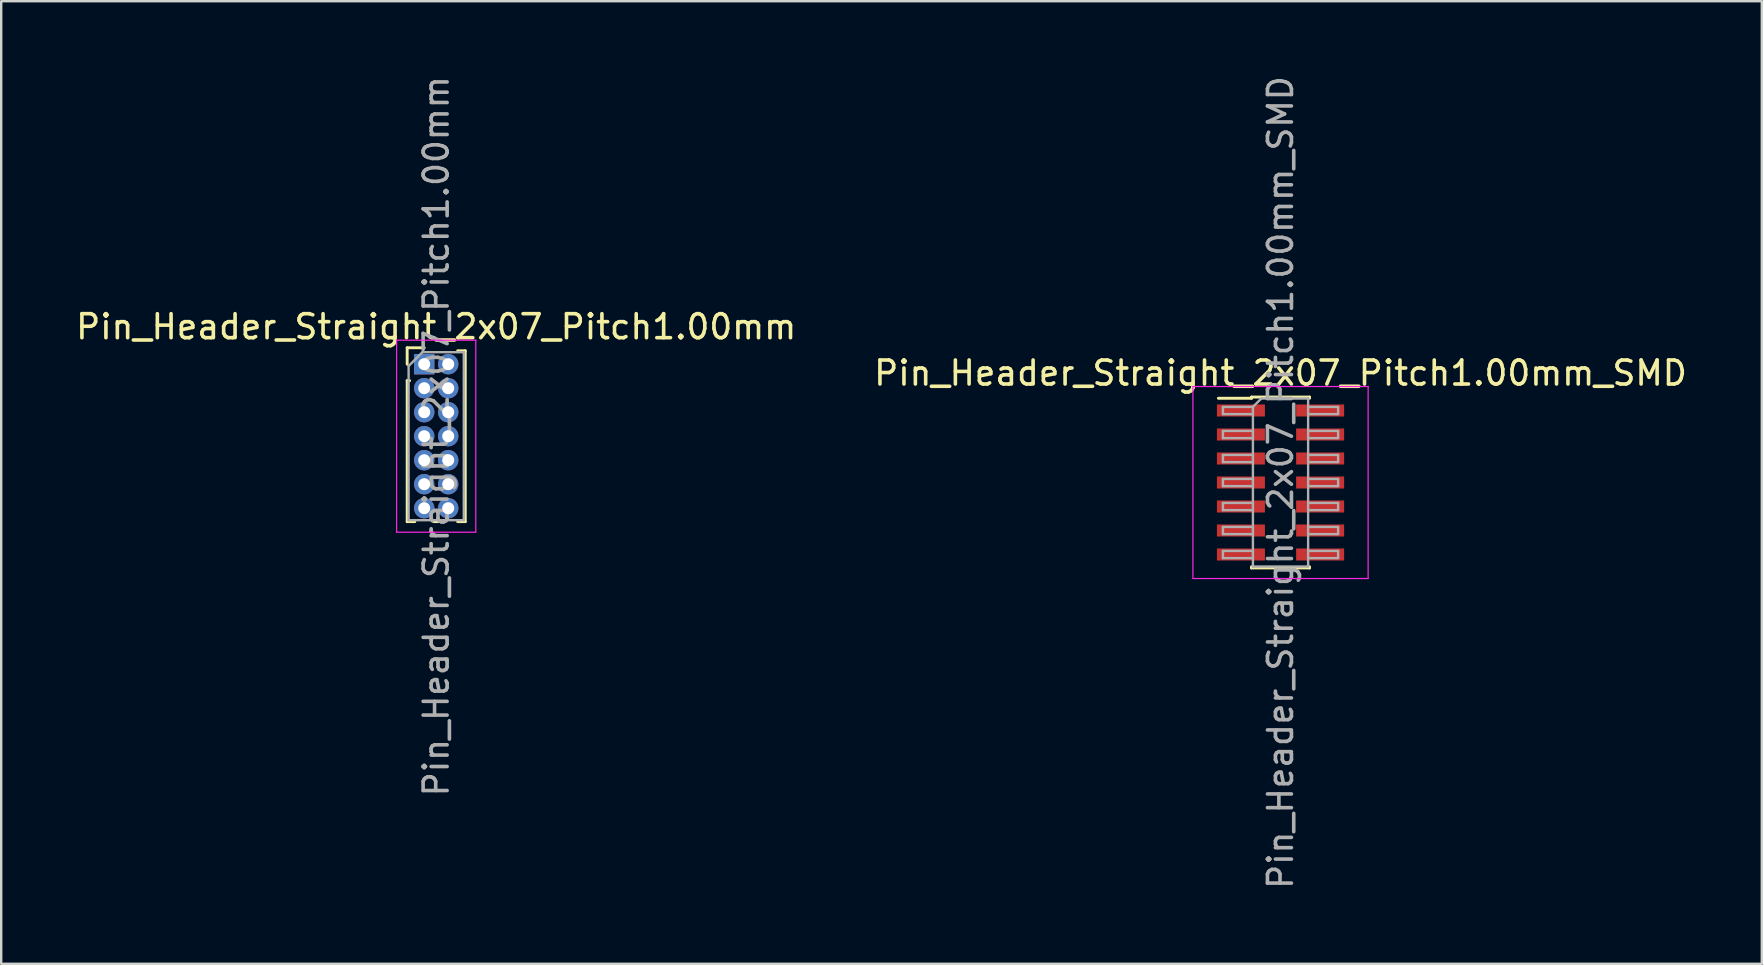
<source format=kicad_pcb>
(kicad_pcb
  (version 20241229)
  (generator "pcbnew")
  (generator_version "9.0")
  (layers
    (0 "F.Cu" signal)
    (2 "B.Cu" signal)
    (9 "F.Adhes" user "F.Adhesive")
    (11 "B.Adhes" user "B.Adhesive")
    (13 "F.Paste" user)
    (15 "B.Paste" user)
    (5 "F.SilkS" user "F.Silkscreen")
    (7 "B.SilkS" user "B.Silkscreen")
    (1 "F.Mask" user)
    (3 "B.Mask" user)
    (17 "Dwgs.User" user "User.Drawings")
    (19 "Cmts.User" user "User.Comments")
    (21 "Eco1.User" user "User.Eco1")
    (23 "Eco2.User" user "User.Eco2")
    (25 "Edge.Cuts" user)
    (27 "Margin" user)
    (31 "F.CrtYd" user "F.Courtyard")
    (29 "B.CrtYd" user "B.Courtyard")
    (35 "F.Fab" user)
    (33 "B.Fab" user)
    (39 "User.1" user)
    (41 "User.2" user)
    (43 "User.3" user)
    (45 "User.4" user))
  (footprint "Pin_Header_Straight_2x07_Pitch1.00mm"
    (layer "F.Cu")
    (at 14.625 12.125)
    (property "Reference" "Pin_Header_Straight_2x07_Pitch1.00mm" (at 0.5 -1.56 0) (layer "F.SilkS") (effects (font (size 1 1) (thickness 0.15))))
    (attr through_hole)
    (fp_line (start -0.71 -0.685) (end 0 -0.685) (stroke (width 0.12) (type solid)) (layer "F.SilkS"))
    (fp_line (start -0.71 0) (end -0.71 -0.685) (stroke (width 0.12) (type solid)) (layer "F.SilkS"))
    (fp_line (start -0.71 0.685) (end -0.71 6.56) (stroke (width 0.12) (type solid)) (layer "F.SilkS"))
    (fp_line (start -0.71 0.685) (end -0.608 0.685) (stroke (width 0.12) (type solid)) (layer "F.SilkS"))
    (fp_line (start -0.71 6.56) (end -0.394 6.56) (stroke (width 0.12) (type solid)) (layer "F.SilkS"))
    (fp_line (start 0.394 6.56) (end 0.606 6.56) (stroke (width 0.12) (type solid)) (layer "F.SilkS"))
    (fp_line (start 1.394 -0.56) (end 1.71 -0.56) (stroke (width 0.12) (type solid)) (layer "F.SilkS"))
    (fp_line (start 1.394 6.56) (end 1.71 6.56) (stroke (width 0.12) (type solid)) (layer "F.SilkS"))
    (fp_line (start 1.71 -0.56) (end 1.71 6.56) (stroke (width 0.12) (type solid)) (layer "F.SilkS"))
    (fp_line (start -1.15 -1) (end -1.15 7) (stroke (width 0.05) (type solid)) (layer "F.CrtYd"))
    (fp_line (start -1.15 7) (end 2.15 7) (stroke (width 0.05) (type solid)) (layer "F.CrtYd"))
    (fp_line (start 2.15 -1) (end -1.15 -1) (stroke (width 0.05) (type solid)) (layer "F.CrtYd"))
    (fp_line (start 2.15 7) (end 2.15 -1) (stroke (width 0.05) (type solid)) (layer "F.CrtYd"))
    (fp_line (start -0.65 0.075) (end -0.075 -0.5) (stroke (width 0.1) (type solid)) (layer "F.Fab"))
    (fp_line (start -0.65 6.5) (end -0.65 0.075) (stroke (width 0.1) (type solid)) (layer "F.Fab"))
    (fp_line (start -0.075 -0.5) (end 1.65 -0.5) (stroke (width 0.1) (type solid)) (layer "F.Fab"))
    (fp_line (start 1.65 -0.5) (end 1.65 6.5) (stroke (width 0.1) (type solid)) (layer "F.Fab"))
    (fp_line (start 1.65 6.5) (end -0.65 6.5) (stroke (width 0.1) (type solid)) (layer "F.Fab"))
    (fp_text user "${REFERENCE}" (at 0.5 3 90) (layer "F.Fab") (effects (font (size 1 1) (thickness 0.15))))
    (pad "1" thru_hole rect (at 0 0) (size 0.85 0.85) (drill 0.5) (layers "*.Cu" "*.Mask"))
    (pad "2" thru_hole oval (at 1 0) (size 0.85 0.85) (drill 0.5) (layers "*.Cu" "*.Mask"))
    (pad "3" thru_hole oval (at 0 1) (size 0.85 0.85) (drill 0.5) (layers "*.Cu" "*.Mask"))
    (pad "4" thru_hole oval (at 1 1) (size 0.85 0.85) (drill 0.5) (layers "*.Cu" "*.Mask"))
    (pad "5" thru_hole oval (at 0 2) (size 0.85 0.85) (drill 0.5) (layers "*.Cu" "*.Mask"))
    (pad "6" thru_hole oval (at 1 2) (size 0.85 0.85) (drill 0.5) (layers "*.Cu" "*.Mask"))
    (pad "7" thru_hole oval (at 0 3) (size 0.85 0.85) (drill 0.5) (layers "*.Cu" "*.Mask"))
    (pad "8" thru_hole oval (at 1 3) (size 0.85 0.85) (drill 0.5) (layers "*.Cu" "*.Mask"))
    (pad "9" thru_hole oval (at 0 4) (size 0.85 0.85) (drill 0.5) (layers "*.Cu" "*.Mask"))
    (pad "10" thru_hole oval (at 1 4) (size 0.85 0.85) (drill 0.5) (layers "*.Cu" "*.Mask"))
    (pad "11" thru_hole oval (at 0 5) (size 0.85 0.85) (drill 0.5) (layers "*.Cu" "*.Mask"))
    (pad "12" thru_hole oval (at 1 5) (size 0.85 0.85) (drill 0.5) (layers "*.Cu" "*.Mask"))
    (pad "13" thru_hole oval (at 0 6) (size 0.85 0.85) (drill 0.5) (layers "*.Cu" "*.Mask"))
    (pad "14" thru_hole oval (at 1 6) (size 0.85 0.85) (drill 0.5) (layers "*.Cu" "*.Mask")))
  (footprint "Pin_Header_Straight_2x07_Pitch1.00mm_SMD"
    (layer "F.Cu")
    (at 50.304 17.054)
    (property "Reference" "Pin_Header_Straight_2x07_Pitch1.00mm_SMD" (at 0 -4.56 0) (layer "F.SilkS") (effects (font (size 1 1) (thickness 0.15))))
    (attr smd)
    (fp_line (start -2.59 -3.51) (end -1.21 -3.51) (stroke (width 0.12) (type solid)) (layer "F.SilkS"))
    (fp_line (start -1.21 -3.56) (end -1.21 -3.51) (stroke (width 0.12) (type solid)) (layer "F.SilkS"))
    (fp_line (start -1.21 -3.56) (end 1.21 -3.56) (stroke (width 0.12) (type solid)) (layer "F.SilkS"))
    (fp_line (start -1.21 3.51) (end -1.21 3.56) (stroke (width 0.12) (type solid)) (layer "F.SilkS"))
    (fp_line (start -1.21 3.56) (end 1.21 3.56) (stroke (width 0.12) (type solid)) (layer "F.SilkS"))
    (fp_line (start 1.21 -3.56) (end 1.21 -3.51) (stroke (width 0.12) (type solid)) (layer "F.SilkS"))
    (fp_line (start 1.21 3.51) (end 1.21 3.56) (stroke (width 0.12) (type solid)) (layer "F.SilkS"))
    (fp_line (start -3.65 -4) (end -3.65 4) (stroke (width 0.05) (type solid)) (layer "F.CrtYd"))
    (fp_line (start -3.65 4) (end 3.65 4) (stroke (width 0.05) (type solid)) (layer "F.CrtYd"))
    (fp_line (start 3.65 -4) (end -3.65 -4) (stroke (width 0.05) (type solid)) (layer "F.CrtYd"))
    (fp_line (start 3.65 4) (end 3.65 -4) (stroke (width 0.05) (type solid)) (layer "F.CrtYd"))
    (fp_line (start -2.4 -3.15) (end -2.4 -2.85) (stroke (width 0.1) (type solid)) (layer "F.Fab"))
    (fp_line (start -2.4 -2.85) (end -1.15 -2.85) (stroke (width 0.1) (type solid)) (layer "F.Fab"))
    (fp_line (start -2.4 -2.15) (end -2.4 -1.85) (stroke (width 0.1) (type solid)) (layer "F.Fab"))
    (fp_line (start -2.4 -1.85) (end -1.15 -1.85) (stroke (width 0.1) (type solid)) (layer "F.Fab"))
    (fp_line (start -2.4 -1.15) (end -2.4 -0.85) (stroke (width 0.1) (type solid)) (layer "F.Fab"))
    (fp_line (start -2.4 -0.85) (end -1.15 -0.85) (stroke (width 0.1) (type solid)) (layer "F.Fab"))
    (fp_line (start -2.4 -0.15) (end -2.4 0.15) (stroke (width 0.1) (type solid)) (layer "F.Fab"))
    (fp_line (start -2.4 0.15) (end -1.15 0.15) (stroke (width 0.1) (type solid)) (layer "F.Fab"))
    (fp_line (start -2.4 0.85) (end -2.4 1.15) (stroke (width 0.1) (type solid)) (layer "F.Fab"))
    (fp_line (start -2.4 1.15) (end -1.15 1.15) (stroke (width 0.1) (type solid)) (layer "F.Fab"))
    (fp_line (start -2.4 1.85) (end -2.4 2.15) (stroke (width 0.1) (type solid)) (layer "F.Fab"))
    (fp_line (start -2.4 2.15) (end -1.15 2.15) (stroke (width 0.1) (type solid)) (layer "F.Fab"))
    (fp_line (start -2.4 2.85) (end -2.4 3.15) (stroke (width 0.1) (type solid)) (layer "F.Fab"))
    (fp_line (start -2.4 3.15) (end -1.15 3.15) (stroke (width 0.1) (type solid)) (layer "F.Fab"))
    (fp_line (start -1.15 -3.15) (end -2.4 -3.15) (stroke (width 0.1) (type solid)) (layer "F.Fab"))
    (fp_line (start -1.15 -3.15) (end -0.8 -3.5) (stroke (width 0.1) (type solid)) (layer "F.Fab"))
    (fp_line (start -1.15 -2.15) (end -2.4 -2.15) (stroke (width 0.1) (type solid)) (layer "F.Fab"))
    (fp_line (start -1.15 -1.15) (end -2.4 -1.15) (stroke (width 0.1) (type solid)) (layer "F.Fab"))
    (fp_line (start -1.15 -0.15) (end -2.4 -0.15) (stroke (width 0.1) (type solid)) (layer "F.Fab"))
    (fp_line (start -1.15 0.85) (end -2.4 0.85) (stroke (width 0.1) (type solid)) (layer "F.Fab"))
    (fp_line (start -1.15 1.85) (end -2.4 1.85) (stroke (width 0.1) (type solid)) (layer "F.Fab"))
    (fp_line (start -1.15 2.85) (end -2.4 2.85) (stroke (width 0.1) (type solid)) (layer "F.Fab"))
    (fp_line (start -1.15 3.5) (end -1.15 -3.15) (stroke (width 0.1) (type solid)) (layer "F.Fab"))
    (fp_line (start -0.8 -3.5) (end 1.15 -3.5) (stroke (width 0.1) (type solid)) (layer "F.Fab"))
    (fp_line (start 1.15 -3.5) (end 1.15 3.5) (stroke (width 0.1) (type solid)) (layer "F.Fab"))
    (fp_line (start 1.15 -3.15) (end 2.4 -3.15) (stroke (width 0.1) (type solid)) (layer "F.Fab"))
    (fp_line (start 1.15 -2.15) (end 2.4 -2.15) (stroke (width 0.1) (type solid)) (layer "F.Fab"))
    (fp_line (start 1.15 -1.15) (end 2.4 -1.15) (stroke (width 0.1) (type solid)) (layer "F.Fab"))
    (fp_line (start 1.15 -0.15) (end 2.4 -0.15) (stroke (width 0.1) (type solid)) (layer "F.Fab"))
    (fp_line (start 1.15 0.85) (end 2.4 0.85) (stroke (width 0.1) (type solid)) (layer "F.Fab"))
    (fp_line (start 1.15 1.85) (end 2.4 1.85) (stroke (width 0.1) (type solid)) (layer "F.Fab"))
    (fp_line (start 1.15 2.85) (end 2.4 2.85) (stroke (width 0.1) (type solid)) (layer "F.Fab"))
    (fp_line (start 1.15 3.5) (end -1.15 3.5) (stroke (width 0.1) (type solid)) (layer "F.Fab"))
    (fp_line (start 2.4 -3.15) (end 2.4 -2.85) (stroke (width 0.1) (type solid)) (layer "F.Fab"))
    (fp_line (start 2.4 -2.85) (end 1.15 -2.85) (stroke (width 0.1) (type solid)) (layer "F.Fab"))
    (fp_line (start 2.4 -2.15) (end 2.4 -1.85) (stroke (width 0.1) (type solid)) (layer "F.Fab"))
    (fp_line (start 2.4 -1.85) (end 1.15 -1.85) (stroke (width 0.1) (type solid)) (layer "F.Fab"))
    (fp_line (start 2.4 -1.15) (end 2.4 -0.85) (stroke (width 0.1) (type solid)) (layer "F.Fab"))
    (fp_line (start 2.4 -0.85) (end 1.15 -0.85) (stroke (width 0.1) (type solid)) (layer "F.Fab"))
    (fp_line (start 2.4 -0.15) (end 2.4 0.15) (stroke (width 0.1) (type solid)) (layer "F.Fab"))
    (fp_line (start 2.4 0.15) (end 1.15 0.15) (stroke (width 0.1) (type solid)) (layer "F.Fab"))
    (fp_line (start 2.4 0.85) (end 2.4 1.15) (stroke (width 0.1) (type solid)) (layer "F.Fab"))
    (fp_line (start 2.4 1.15) (end 1.15 1.15) (stroke (width 0.1) (type solid)) (layer "F.Fab"))
    (fp_line (start 2.4 1.85) (end 2.4 2.15) (stroke (width 0.1) (type solid)) (layer "F.Fab"))
    (fp_line (start 2.4 2.15) (end 1.15 2.15) (stroke (width 0.1) (type solid)) (layer "F.Fab"))
    (fp_line (start 2.4 2.85) (end 2.4 3.15) (stroke (width 0.1) (type solid)) (layer "F.Fab"))
    (fp_line (start 2.4 3.15) (end 1.15 3.15) (stroke (width 0.1) (type solid)) (layer "F.Fab"))
    (fp_text user "${REFERENCE}" (at 0 0 90) (layer "F.Fab") (effects (font (size 1 1) (thickness 0.15))))
    (pad "1" smd rect (at -1.65 -3) (size 2 0.5) (layers "F.Cu" "F.Mask" "F.Paste"))
    (pad "2" smd rect (at 1.65 -3) (size 2 0.5) (layers "F.Cu" "F.Mask" "F.Paste"))
    (pad "3" smd rect (at -1.65 -2) (size 2 0.5) (layers "F.Cu" "F.Mask" "F.Paste"))
    (pad "4" smd rect (at 1.65 -2) (size 2 0.5) (layers "F.Cu" "F.Mask" "F.Paste"))
    (pad "5" smd rect (at -1.65 -1) (size 2 0.5) (layers "F.Cu" "F.Mask" "F.Paste"))
    (pad "6" smd rect (at 1.65 -1) (size 2 0.5) (layers "F.Cu" "F.Mask" "F.Paste"))
    (pad "7" smd rect (at -1.65 0) (size 2 0.5) (layers "F.Cu" "F.Mask" "F.Paste"))
    (pad "8" smd rect (at 1.65 0) (size 2 0.5) (layers "F.Cu" "F.Mask" "F.Paste"))
    (pad "9" smd rect (at -1.65 1) (size 2 0.5) (layers "F.Cu" "F.Mask" "F.Paste"))
    (pad "10" smd rect (at 1.65 1) (size 2 0.5) (layers "F.Cu" "F.Mask" "F.Paste"))
    (pad "11" smd rect (at -1.65 2) (size 2 0.5) (layers "F.Cu" "F.Mask" "F.Paste"))
    (pad "12" smd rect (at 1.65 2) (size 2 0.5) (layers "F.Cu" "F.Mask" "F.Paste"))
    (pad "13" smd rect (at -1.65 3) (size 2 0.5) (layers "F.Cu" "F.Mask" "F.Paste"))
    (pad "14" smd rect (at 1.65 3) (size 2 0.5) (layers "F.Cu" "F.Mask" "F.Paste")))
  (gr_rect
    (start -3 -3)
    (end 70.357 37.107)
    (stroke (width 0.1) (type default))
    (fill no)
    (layer "Edge.Cuts")))
</source>
